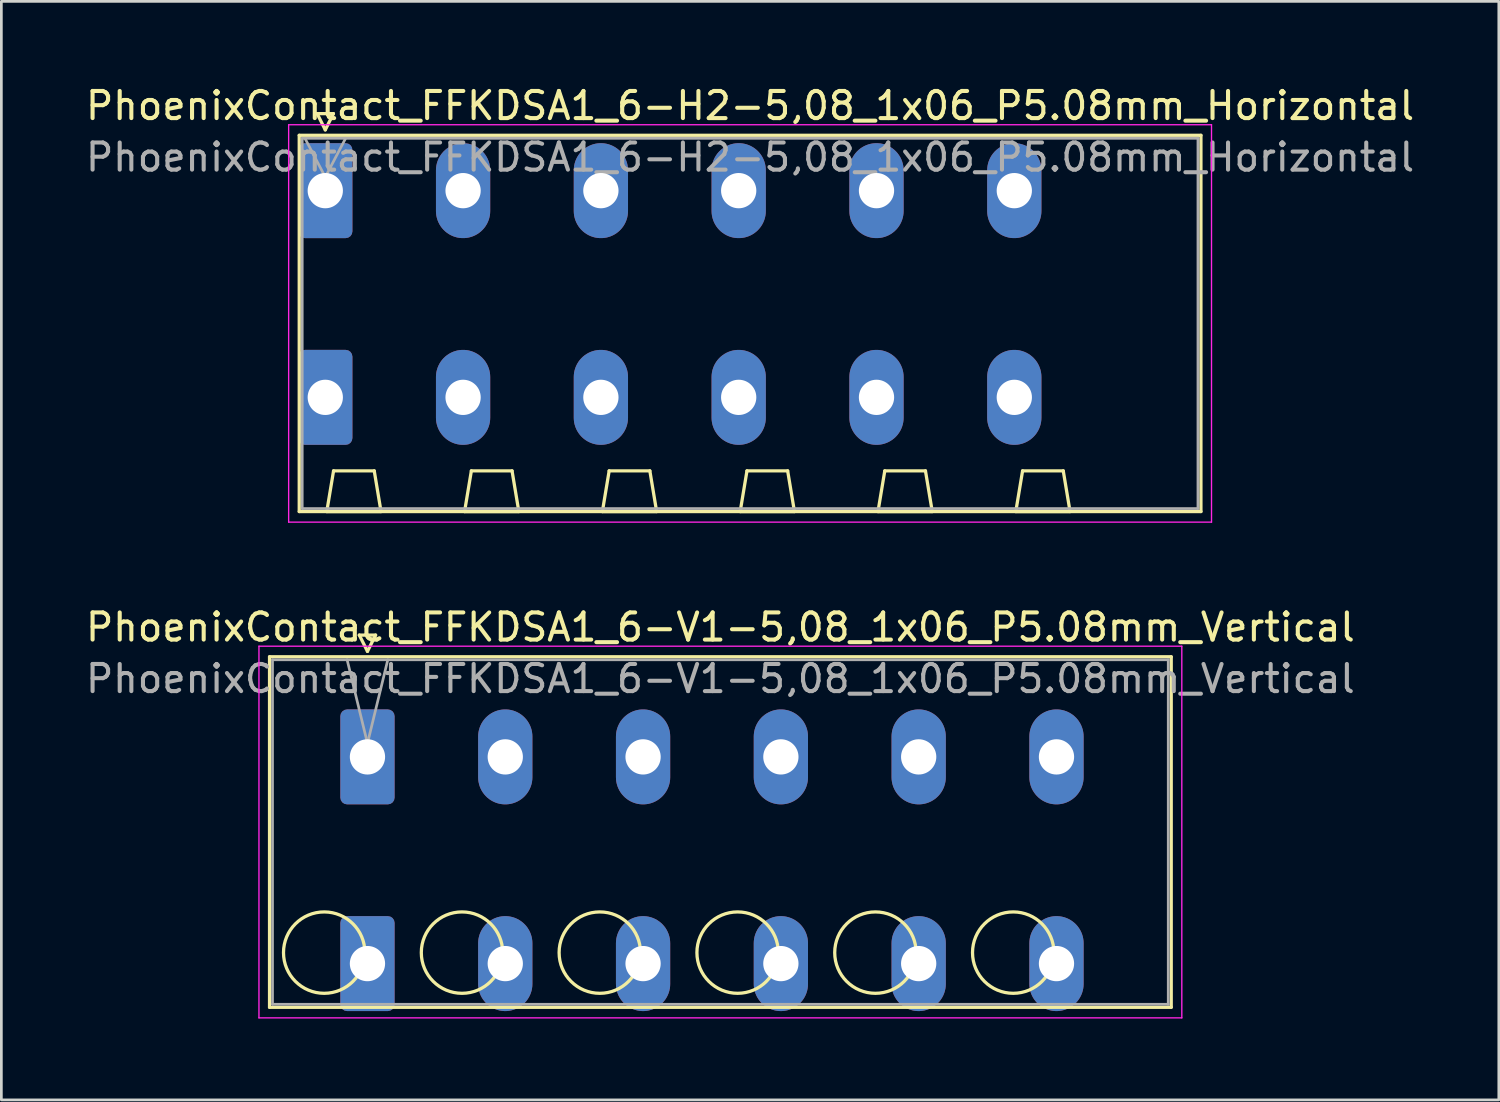
<source format=kicad_pcb>
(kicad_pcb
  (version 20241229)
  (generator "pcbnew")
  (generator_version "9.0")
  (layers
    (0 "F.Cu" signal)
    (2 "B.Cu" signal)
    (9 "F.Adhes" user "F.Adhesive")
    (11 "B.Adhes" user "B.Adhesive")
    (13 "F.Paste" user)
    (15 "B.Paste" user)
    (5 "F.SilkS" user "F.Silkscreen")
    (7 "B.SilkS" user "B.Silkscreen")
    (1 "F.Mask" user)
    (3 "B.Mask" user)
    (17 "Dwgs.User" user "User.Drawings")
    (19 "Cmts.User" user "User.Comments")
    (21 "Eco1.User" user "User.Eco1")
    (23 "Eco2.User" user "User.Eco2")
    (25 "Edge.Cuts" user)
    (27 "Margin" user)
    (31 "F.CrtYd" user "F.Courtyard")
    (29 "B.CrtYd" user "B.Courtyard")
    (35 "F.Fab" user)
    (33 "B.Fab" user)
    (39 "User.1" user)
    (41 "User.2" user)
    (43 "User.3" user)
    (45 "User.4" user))
  (footprint "PhoenixContact_FFKDSA1_6-V1-5,08_1x06_P5.08mm_Vertical"
    (layer "F.Cu")
    (at 10.496 24.852)
    (property "Reference" "PhoenixContact_FFKDSA1_6-V1-5,08_1x06_P5.08mm_Vertical" (at 13.01 -4.78 0) (layer "F.SilkS") (effects (font (size 1 1) (thickness 0.15))))
    (attr through_hole)
    (fp_line (start -3.61 -3.69) (end -3.61 9.23) (stroke (width 0.12) (type solid)) (layer "F.SilkS"))
    (fp_line (start -3.61 9.23) (end 29.63 9.23) (stroke (width 0.12) (type solid)) (layer "F.SilkS"))
    (fp_line (start -0.3 -4.49) (end 0.3 -4.49) (stroke (width 0.12) (type solid)) (layer "F.SilkS"))
    (fp_line (start 0 -3.89) (end -0.3 -4.49) (stroke (width 0.12) (type solid)) (layer "F.SilkS"))
    (fp_line (start 0.3 -4.49) (end 0 -3.89) (stroke (width 0.12) (type solid)) (layer "F.SilkS"))
    (fp_line (start 29.63 -3.69) (end -3.61 -3.69) (stroke (width 0.12) (type solid)) (layer "F.SilkS"))
    (fp_line (start 29.63 9.23) (end 29.63 -3.69) (stroke (width 0.12) (type solid)) (layer "F.SilkS"))
    (fp_circle (center -1.595 7.215) (end -0.095 7.215) (stroke (width 0.12) (type solid)) (fill no) (layer "F.SilkS"))
    (fp_circle (center 3.485 7.215) (end 4.985 7.215) (stroke (width 0.12) (type solid)) (fill no) (layer "F.SilkS"))
    (fp_circle (center 8.565 7.215) (end 10.065 7.215) (stroke (width 0.12) (type solid)) (fill no) (layer "F.SilkS"))
    (fp_circle (center 13.645 7.215) (end 15.145 7.215) (stroke (width 0.12) (type solid)) (fill no) (layer "F.SilkS"))
    (fp_circle (center 18.725 7.215) (end 20.225 7.215) (stroke (width 0.12) (type solid)) (fill no) (layer "F.SilkS"))
    (fp_circle (center 23.805 7.215) (end 25.305 7.215) (stroke (width 0.12) (type solid)) (fill no) (layer "F.SilkS"))
    (fp_line (start -4 -4.08) (end -4 9.62) (stroke (width 0.05) (type solid)) (layer "F.CrtYd"))
    (fp_line (start -4 9.62) (end 30.02 9.62) (stroke (width 0.05) (type solid)) (layer "F.CrtYd"))
    (fp_line (start 30.02 -4.08) (end -4 -4.08) (stroke (width 0.05) (type solid)) (layer "F.CrtYd"))
    (fp_line (start 30.02 9.62) (end 30.02 -4.08) (stroke (width 0.05) (type solid)) (layer "F.CrtYd"))
    (fp_line (start -3.5 -3.58) (end -3.5 9.12) (stroke (width 0.1) (type solid)) (layer "F.Fab"))
    (fp_line (start -3.5 9.12) (end 29.52 9.12) (stroke (width 0.1) (type solid)) (layer "F.Fab"))
    (fp_line (start 0 -0.5) (end -0.75 -3.58) (stroke (width 0.1) (type solid)) (layer "F.Fab"))
    (fp_line (start 0.75 -3.58) (end 0 -0.5) (stroke (width 0.1) (type solid)) (layer "F.Fab"))
    (fp_line (start 29.52 -3.58) (end -3.5 -3.58) (stroke (width 0.1) (type solid)) (layer "F.Fab"))
    (fp_line (start 29.52 9.12) (end 29.52 -3.58) (stroke (width 0.1) (type solid)) (layer "F.Fab"))
    (fp_text user "${REFERENCE}" (at 13.01 -2.88 0) (layer "F.Fab") (effects (font (size 1 1) (thickness 0.15))))
    (pad "1" thru_hole roundrect (at 0 0) (size 2 3.5) (drill 1.3) (layers "*.Cu" "*.Mask") (roundrect_rratio 0.125))
    (pad "1" thru_hole roundrect (at 0 7.62) (size 2 3.5) (drill 1.3) (layers "*.Cu" "*.Mask") (roundrect_rratio 0.125))
    (pad "2" thru_hole oval (at 5.08 0) (size 2 3.5) (drill 1.3) (layers "*.Cu" "*.Mask"))
    (pad "2" thru_hole oval (at 5.08 7.62) (size 2 3.5) (drill 1.3) (layers "*.Cu" "*.Mask"))
    (pad "3" thru_hole oval (at 10.16 0) (size 2 3.5) (drill 1.3) (layers "*.Cu" "*.Mask"))
    (pad "3" thru_hole oval (at 10.16 7.62) (size 2 3.5) (drill 1.3) (layers "*.Cu" "*.Mask"))
    (pad "4" thru_hole oval (at 15.24 0) (size 2 3.5) (drill 1.3) (layers "*.Cu" "*.Mask"))
    (pad "4" thru_hole oval (at 15.24 7.62) (size 2 3.5) (drill 1.3) (layers "*.Cu" "*.Mask"))
    (pad "5" thru_hole oval (at 20.32 0) (size 2 3.5) (drill 1.3) (layers "*.Cu" "*.Mask"))
    (pad "5" thru_hole oval (at 20.32 7.62) (size 2 3.5) (drill 1.3) (layers "*.Cu" "*.Mask"))
    (pad "6" thru_hole oval (at 25.4 0) (size 2 3.5) (drill 1.3) (layers "*.Cu" "*.Mask"))
    (pad "6" thru_hole oval (at 25.4 7.62) (size 2 3.5) (drill 1.3) (layers "*.Cu" "*.Mask")))
  (footprint "PhoenixContact_FFKDSA1_6-H2-5,08_1x06_P5.08mm_Horizontal"
    (layer "F.Cu")
    (at 8.941 3.978)
    (property "Reference" "PhoenixContact_FFKDSA1_6-H2-5,08_1x06_P5.08mm_Horizontal" (at 15.66 -3.13 0) (layer "F.SilkS") (effects (font (size 1 1) (thickness 0.15))))
    (attr through_hole)
    (fp_line (start -0.96 -2.04) (end -0.96 11.83) (stroke (width 0.12) (type solid)) (layer "F.SilkS"))
    (fp_line (start -0.96 11.83) (end 32.28 11.83) (stroke (width 0.12) (type solid)) (layer "F.SilkS"))
    (fp_line (start -0.3 -2.84) (end 0.3 -2.84) (stroke (width 0.12) (type solid)) (layer "F.SilkS"))
    (fp_line (start 0 -2.24) (end -0.3 -2.84) (stroke (width 0.12) (type solid)) (layer "F.SilkS"))
    (fp_line (start 0.055 11.83) (end 2.055 11.83) (stroke (width 0.12) (type solid)) (layer "F.SilkS"))
    (fp_line (start 0.3 -2.84) (end 0 -2.24) (stroke (width 0.12) (type solid)) (layer "F.SilkS"))
    (fp_line (start 0.305 10.33) (end 0.055 11.83) (stroke (width 0.12) (type solid)) (layer "F.SilkS"))
    (fp_line (start 1.805 10.33) (end 0.305 10.33) (stroke (width 0.12) (type solid)) (layer "F.SilkS"))
    (fp_line (start 2.055 11.83) (end 1.805 10.33) (stroke (width 0.12) (type solid)) (layer "F.SilkS"))
    (fp_line (start 5.135 11.83) (end 7.135 11.83) (stroke (width 0.12) (type solid)) (layer "F.SilkS"))
    (fp_line (start 5.385 10.33) (end 5.135 11.83) (stroke (width 0.12) (type solid)) (layer "F.SilkS"))
    (fp_line (start 6.885 10.33) (end 5.385 10.33) (stroke (width 0.12) (type solid)) (layer "F.SilkS"))
    (fp_line (start 7.135 11.83) (end 6.885 10.33) (stroke (width 0.12) (type solid)) (layer "F.SilkS"))
    (fp_line (start 10.215 11.83) (end 12.215 11.83) (stroke (width 0.12) (type solid)) (layer "F.SilkS"))
    (fp_line (start 10.465 10.33) (end 10.215 11.83) (stroke (width 0.12) (type solid)) (layer "F.SilkS"))
    (fp_line (start 11.965 10.33) (end 10.465 10.33) (stroke (width 0.12) (type solid)) (layer "F.SilkS"))
    (fp_line (start 12.215 11.83) (end 11.965 10.33) (stroke (width 0.12) (type solid)) (layer "F.SilkS"))
    (fp_line (start 15.295 11.83) (end 17.295 11.83) (stroke (width 0.12) (type solid)) (layer "F.SilkS"))
    (fp_line (start 15.545 10.33) (end 15.295 11.83) (stroke (width 0.12) (type solid)) (layer "F.SilkS"))
    (fp_line (start 17.045 10.33) (end 15.545 10.33) (stroke (width 0.12) (type solid)) (layer "F.SilkS"))
    (fp_line (start 17.295 11.83) (end 17.045 10.33) (stroke (width 0.12) (type solid)) (layer "F.SilkS"))
    (fp_line (start 20.375 11.83) (end 22.375 11.83) (stroke (width 0.12) (type solid)) (layer "F.SilkS"))
    (fp_line (start 20.625 10.33) (end 20.375 11.83) (stroke (width 0.12) (type solid)) (layer "F.SilkS"))
    (fp_line (start 22.125 10.33) (end 20.625 10.33) (stroke (width 0.12) (type solid)) (layer "F.SilkS"))
    (fp_line (start 22.375 11.83) (end 22.125 10.33) (stroke (width 0.12) (type solid)) (layer "F.SilkS"))
    (fp_line (start 25.455 11.83) (end 27.455 11.83) (stroke (width 0.12) (type solid)) (layer "F.SilkS"))
    (fp_line (start 25.705 10.33) (end 25.455 11.83) (stroke (width 0.12) (type solid)) (layer "F.SilkS"))
    (fp_line (start 27.205 10.33) (end 25.705 10.33) (stroke (width 0.12) (type solid)) (layer "F.SilkS"))
    (fp_line (start 27.455 11.83) (end 27.205 10.33) (stroke (width 0.12) (type solid)) (layer "F.SilkS"))
    (fp_line (start 32.28 -2.04) (end -0.96 -2.04) (stroke (width 0.12) (type solid)) (layer "F.SilkS"))
    (fp_line (start 32.28 11.83) (end 32.28 -2.04) (stroke (width 0.12) (type solid)) (layer "F.SilkS"))
    (fp_line (start -1.35 -2.43) (end -1.35 12.22) (stroke (width 0.05) (type solid)) (layer "F.CrtYd"))
    (fp_line (start -1.35 12.22) (end 32.67 12.22) (stroke (width 0.05) (type solid)) (layer "F.CrtYd"))
    (fp_line (start 32.67 -2.43) (end -1.35 -2.43) (stroke (width 0.05) (type solid)) (layer "F.CrtYd"))
    (fp_line (start 32.67 12.22) (end 32.67 -2.43) (stroke (width 0.05) (type solid)) (layer "F.CrtYd"))
    (fp_line (start -0.85 -1.93) (end -0.85 11.72) (stroke (width 0.1) (type solid)) (layer "F.Fab"))
    (fp_line (start -0.85 11.72) (end 32.17 11.72) (stroke (width 0.1) (type solid)) (layer "F.Fab"))
    (fp_line (start 0 -0.5) (end -0.75 -1.93) (stroke (width 0.1) (type solid)) (layer "F.Fab"))
    (fp_line (start 0.75 -1.93) (end 0 -0.5) (stroke (width 0.1) (type solid)) (layer "F.Fab"))
    (fp_line (start 32.17 -1.93) (end -0.85 -1.93) (stroke (width 0.1) (type solid)) (layer "F.Fab"))
    (fp_line (start 32.17 11.72) (end 32.17 -1.93) (stroke (width 0.1) (type solid)) (layer "F.Fab"))
    (fp_text user "${REFERENCE}" (at 15.66 -1.23 0) (layer "F.Fab") (effects (font (size 1 1) (thickness 0.15))))
    (pad "1" thru_hole roundrect (at 0 0) (size 2 3.5) (drill 1.3) (layers "*.Cu" "*.Mask") (roundrect_rratio 0.125))
    (pad "1" thru_hole roundrect (at 0 7.62) (size 2 3.5) (drill 1.3) (layers "*.Cu" "*.Mask") (roundrect_rratio 0.125))
    (pad "2" thru_hole oval (at 5.08 0) (size 2 3.5) (drill 1.3) (layers "*.Cu" "*.Mask"))
    (pad "2" thru_hole oval (at 5.08 7.62) (size 2 3.5) (drill 1.3) (layers "*.Cu" "*.Mask"))
    (pad "3" thru_hole oval (at 10.16 0) (size 2 3.5) (drill 1.3) (layers "*.Cu" "*.Mask"))
    (pad "3" thru_hole oval (at 10.16 7.62) (size 2 3.5) (drill 1.3) (layers "*.Cu" "*.Mask"))
    (pad "4" thru_hole oval (at 15.24 0) (size 2 3.5) (drill 1.3) (layers "*.Cu" "*.Mask"))
    (pad "4" thru_hole oval (at 15.24 7.62) (size 2 3.5) (drill 1.3) (layers "*.Cu" "*.Mask"))
    (pad "5" thru_hole oval (at 20.32 0) (size 2 3.5) (drill 1.3) (layers "*.Cu" "*.Mask"))
    (pad "5" thru_hole oval (at 20.32 7.62) (size 2 3.5) (drill 1.3) (layers "*.Cu" "*.Mask"))
    (pad "6" thru_hole oval (at 25.4 0) (size 2 3.5) (drill 1.3) (layers "*.Cu" "*.Mask"))
    (pad "6" thru_hole oval (at 25.4 7.62) (size 2 3.5) (drill 1.3) (layers "*.Cu" "*.Mask")))
  (gr_rect
    (start -3 -3)
    (end 52.202 37.496)
    (stroke (width 0.1) (type default))
    (fill no)
    (layer "Edge.Cuts")))
</source>
